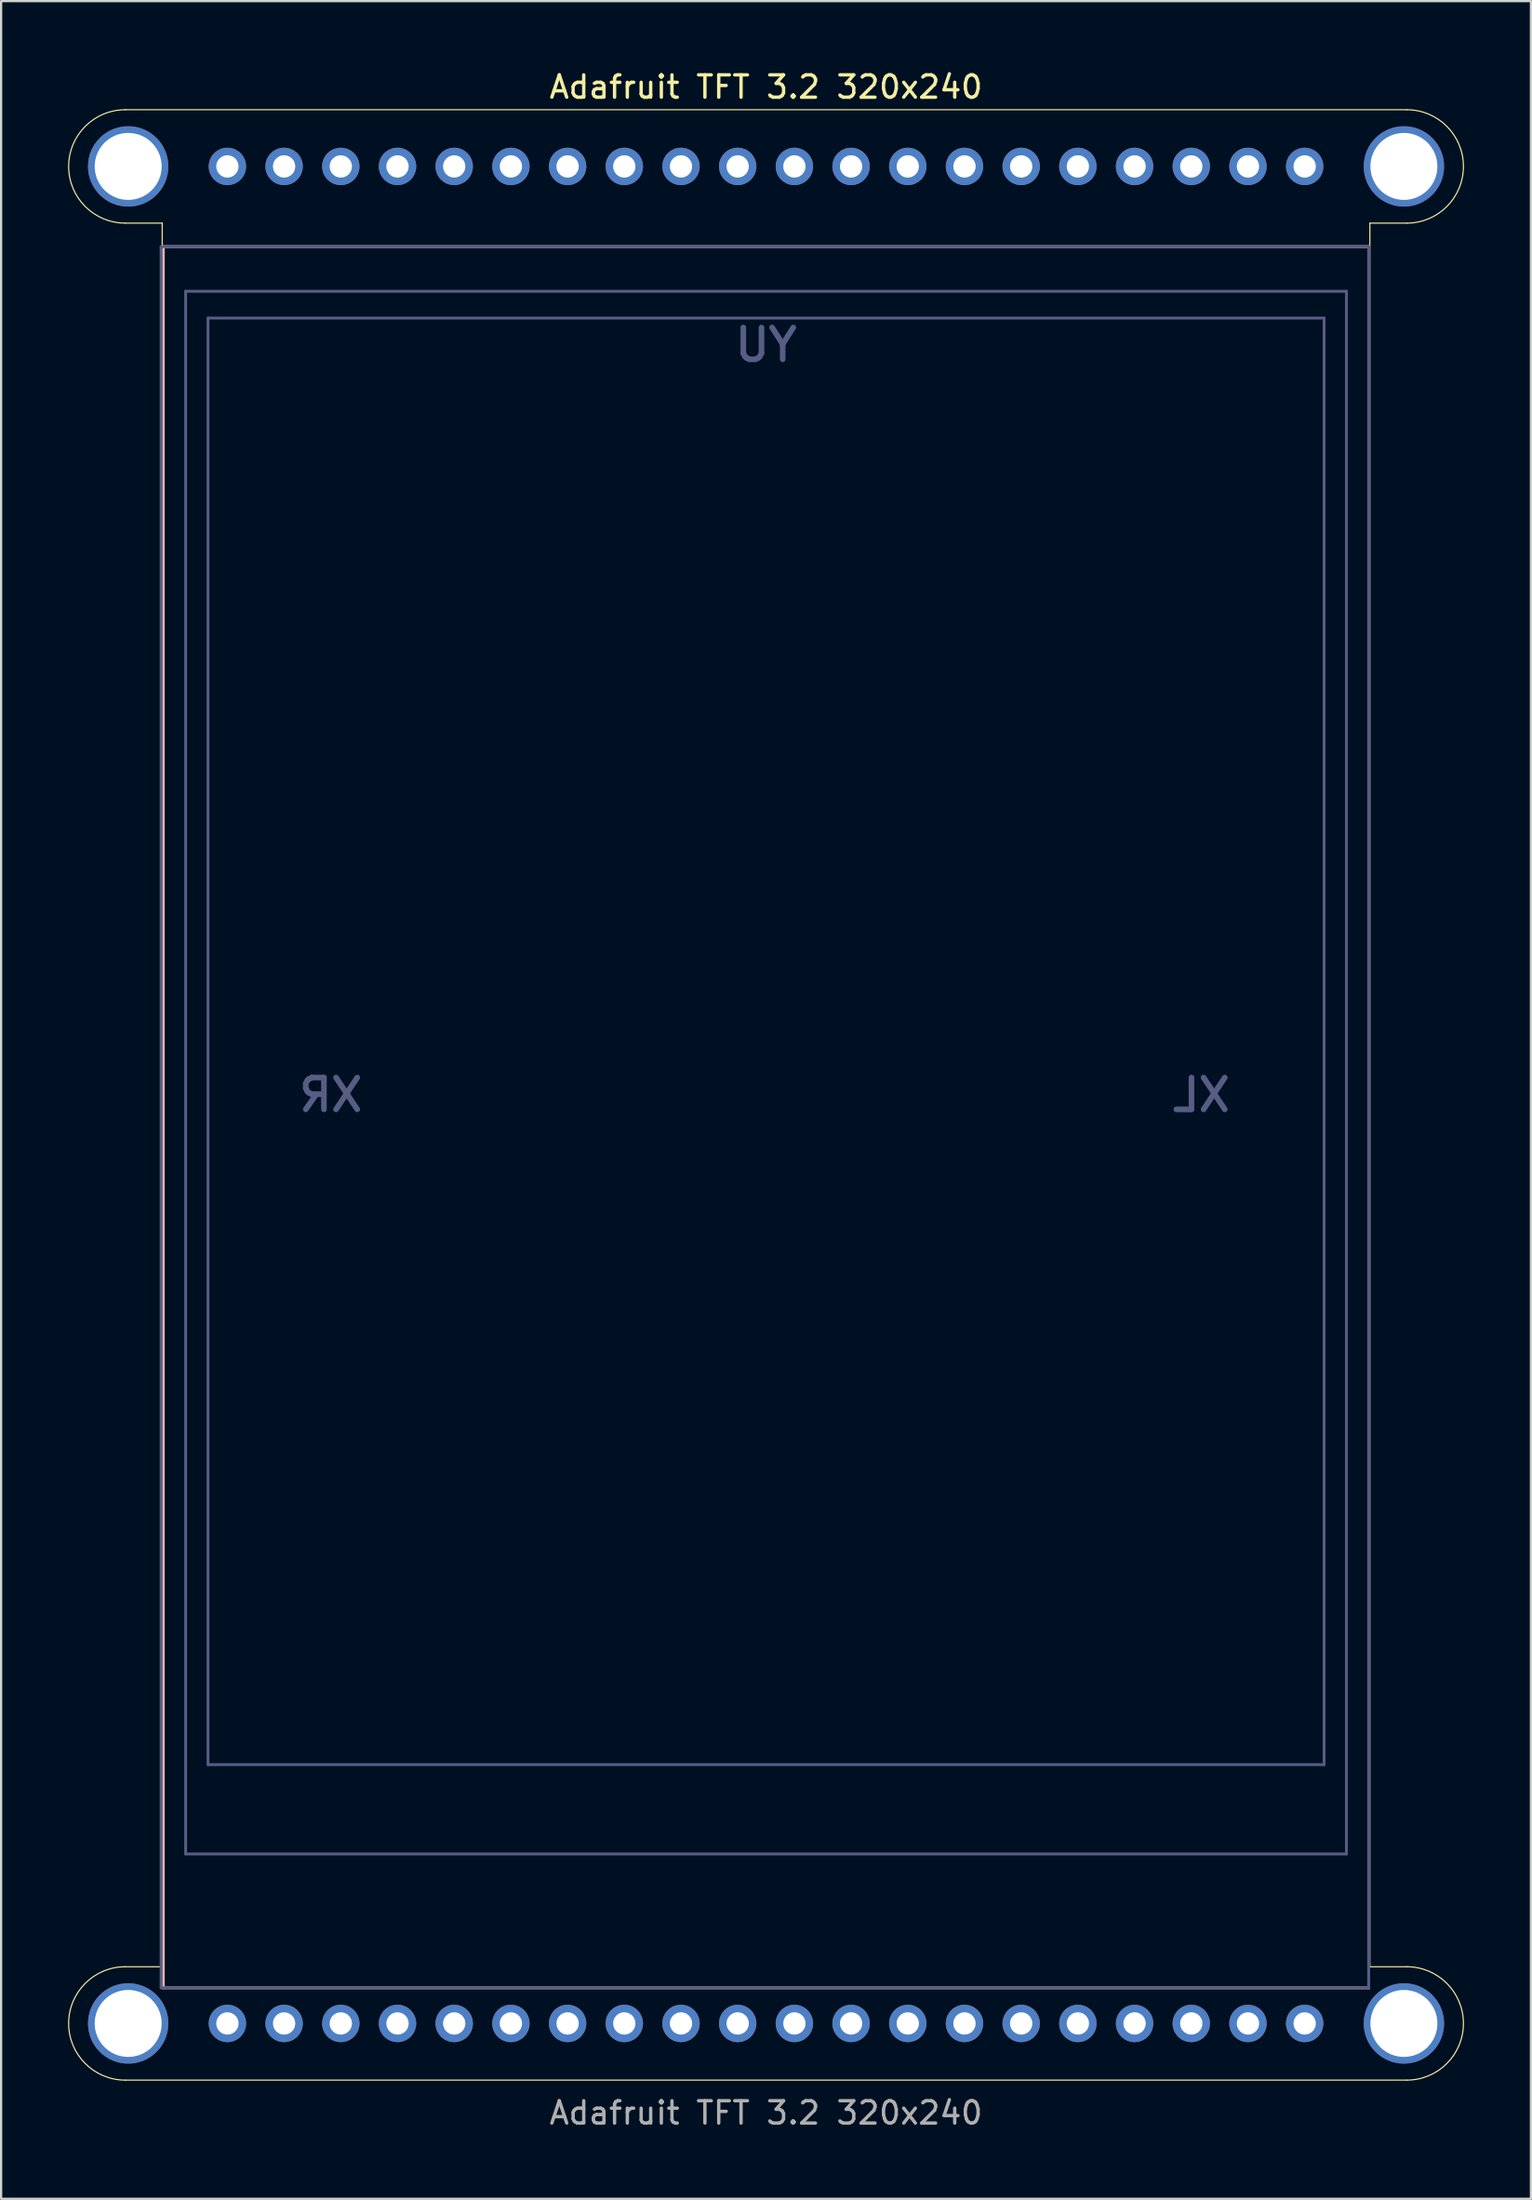
<source format=kicad_pcb>
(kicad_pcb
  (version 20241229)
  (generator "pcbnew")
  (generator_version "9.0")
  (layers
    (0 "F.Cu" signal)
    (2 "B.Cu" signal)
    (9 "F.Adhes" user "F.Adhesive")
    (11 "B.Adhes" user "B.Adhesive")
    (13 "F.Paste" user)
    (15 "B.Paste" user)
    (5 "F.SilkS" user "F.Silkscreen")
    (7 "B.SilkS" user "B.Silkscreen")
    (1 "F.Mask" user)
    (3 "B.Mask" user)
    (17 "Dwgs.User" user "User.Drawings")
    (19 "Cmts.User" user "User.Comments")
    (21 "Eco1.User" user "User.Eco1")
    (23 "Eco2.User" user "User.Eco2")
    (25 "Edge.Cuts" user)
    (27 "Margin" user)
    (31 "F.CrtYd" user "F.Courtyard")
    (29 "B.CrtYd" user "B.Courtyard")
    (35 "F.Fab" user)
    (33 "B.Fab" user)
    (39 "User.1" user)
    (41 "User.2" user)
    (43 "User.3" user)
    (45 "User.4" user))
  (footprint "Adafruit TFT 3.2 320x240"
    (layer "F.Cu")
    (at 31.267 45.998)
    (property "Reference" "Adafruit TFT 3.2 320x240" (at 0 -45.15 0) (unlocked yes) (layer "F.SilkS") (effects (font (size 1 1) (thickness 0.15))))
    (attr through_hole)
    (fp_line (start -28.702 -44.133) (end 28.702 -44.133) (stroke (width 0.05) (type solid)) (layer "F.SilkS"))
    (fp_line (start -28.702 39.053) (end -27.051 39.053) (stroke (width 0.05) (type solid)) (layer "F.SilkS"))
    (fp_line (start -27.051 -39.053) (end -28.702 -39.053) (stroke (width 0.05) (type solid)) (layer "F.SilkS"))
    (fp_line (start -27.051 -39.053) (end -27.051 39.053) (stroke (width 0.05) (type solid)) (layer "F.SilkS"))
    (fp_line (start 27.051 -39.053) (end 27.051 39.053) (stroke (width 0.05) (type solid)) (layer "F.SilkS"))
    (fp_line (start 27.051 39.053) (end 28.702 39.053) (stroke (width 0.05) (type solid)) (layer "F.SilkS"))
    (fp_line (start 28.702 -39.053) (end 27.051 -39.053) (stroke (width 0.05) (type solid)) (layer "F.SilkS"))
    (fp_line (start 28.702 44.133) (end -28.702 44.133) (stroke (width 0.05) (type solid)) (layer "F.SilkS"))
    (fp_arc (start -28.702 -39.0525) (mid -31.242 -41.5925) (end -28.702 -44.1325) (stroke (width 0.05) (type solid)) (layer "F.SilkS"))
    (fp_arc (start -28.702 44.1325) (mid -31.242 41.5925) (end -28.702 39.0525) (stroke (width 0.05) (type solid)) (layer "F.SilkS"))
    (fp_arc (start 28.702 -44.1325) (mid 31.242 -41.5925) (end 28.702 -39.0525) (stroke (width 0.05) (type solid)) (layer "F.SilkS"))
    (fp_arc (start 28.702 39.0525) (mid 31.242 41.5925) (end 28.702 44.1325) (stroke (width 0.05) (type solid)) (layer "F.SilkS"))
    (fp_line (start -27 -38) (end -27 40) (stroke (width 0.127) (type solid)) (layer "B.SilkS"))
    (fp_line (start -27 40) (end 27 40) (stroke (width 0.127) (type solid)) (layer "B.SilkS"))
    (fp_line (start 27 -38) (end -27 -38) (stroke (width 0.127) (type solid)) (layer "B.SilkS"))
    (fp_line (start 27 40) (end 27 -38) (stroke (width 0.127) (type solid)) (layer "B.SilkS"))
    (fp_line (start -27.1 -38) (end -27.1 40) (stroke (width 0.127) (type solid)) (layer "B.Fab"))
    (fp_line (start -27.1 40) (end 27 40) (stroke (width 0.127) (type solid)) (layer "B.Fab"))
    (fp_line (start -26 -36) (end -26 34) (stroke (width 0.127) (type solid)) (layer "B.Fab"))
    (fp_line (start -26 34) (end 26 34) (stroke (width 0.127) (type solid)) (layer "B.Fab"))
    (fp_line (start -25 -34.8) (end -25 30) (stroke (width 0.127) (type solid)) (layer "B.Fab"))
    (fp_line (start -25 30) (end 25 30) (stroke (width 0.127) (type solid)) (layer "B.Fab"))
    (fp_line (start 25 -34.8) (end -25 -34.8) (stroke (width 0.127) (type solid)) (layer "B.Fab"))
    (fp_line (start 25 30) (end 25 -34.8) (stroke (width 0.127) (type solid)) (layer "B.Fab"))
    (fp_line (start 26 -36) (end -26 -36) (stroke (width 0.127) (type solid)) (layer "B.Fab"))
    (fp_line (start 26 34) (end 26 -36) (stroke (width 0.127) (type solid)) (layer "B.Fab"))
    (fp_line (start 27 -38) (end -27.1 -38) (stroke (width 0.127) (type solid)) (layer "B.Fab"))
    (fp_line (start 27 40) (end 27 -38) (stroke (width 0.127) (type solid)) (layer "B.Fab"))
    (fp_text user "XL" (at 19.5 0 0) (layer "B.Fab") (effects (font (size 1.425 1.425) (thickness 0.251)) (justify mirror)))
    (fp_text user "XR" (at -19.5 0 0) (layer "B.Fab") (effects (font (size 1.425 1.425) (thickness 0.251)) (justify mirror)))
    (fp_text user "YU" (at 0 -33.6 0) (layer "B.Fab") (effects (font (size 1.425 1.425) (thickness 0.251)) (justify mirror)))
    (fp_text user "${REFERENCE}" (at 0 45.6 0) (unlocked yes) (layer "F.Fab") (effects (font (size 1 1) (thickness 0.15))))
    (pad "1" thru_hole circle (at 24.13 41.593 270) (size 1.676 1.676) (drill 1) (layers "*.Cu" "*.Mask"))
    (pad "2" thru_hole circle (at 21.59 41.593 270) (size 1.676 1.676) (drill 1) (layers "*.Cu" "*.Mask"))
    (pad "3" thru_hole circle (at 19.05 41.593 270) (size 1.676 1.676) (drill 1) (layers "*.Cu" "*.Mask"))
    (pad "4" thru_hole circle (at 16.51 41.593 270) (size 1.676 1.676) (drill 1) (layers "*.Cu" "*.Mask"))
    (pad "5" thru_hole circle (at 13.97 41.593 270) (size 1.676 1.676) (drill 1) (layers "*.Cu" "*.Mask"))
    (pad "6" thru_hole circle (at 11.43 41.593 270) (size 1.676 1.676) (drill 1) (layers "*.Cu" "*.Mask"))
    (pad "7" thru_hole circle (at 8.89 41.593 270) (size 1.676 1.676) (drill 1) (layers "*.Cu" "*.Mask"))
    (pad "8" thru_hole circle (at 6.35 41.593 270) (size 1.676 1.676) (drill 1) (layers "*.Cu" "*.Mask"))
    (pad "9" thru_hole circle (at 3.81 41.593 270) (size 1.676 1.676) (drill 1) (layers "*.Cu" "*.Mask"))
    (pad "10" thru_hole circle (at 1.27 41.593 270) (size 1.676 1.676) (drill 1) (layers "*.Cu" "*.Mask"))
    (pad "11" thru_hole circle (at -1.27 41.593 270) (size 1.676 1.676) (drill 1) (layers "*.Cu" "*.Mask"))
    (pad "12" thru_hole circle (at -3.81 41.593 270) (size 1.676 1.676) (drill 1) (layers "*.Cu" "*.Mask"))
    (pad "13" thru_hole circle (at -6.35 41.593 270) (size 1.676 1.676) (drill 1) (layers "*.Cu" "*.Mask"))
    (pad "14" thru_hole circle (at -8.89 41.593 270) (size 1.676 1.676) (drill 1) (layers "*.Cu" "*.Mask"))
    (pad "15" thru_hole circle (at -11.43 41.593 270) (size 1.676 1.676) (drill 1) (layers "*.Cu" "*.Mask"))
    (pad "16" thru_hole circle (at -13.97 41.593 270) (size 1.676 1.676) (drill 1) (layers "*.Cu" "*.Mask"))
    (pad "17" thru_hole circle (at -16.51 41.593 270) (size 1.676 1.676) (drill 1) (layers "*.Cu" "*.Mask"))
    (pad "18" thru_hole circle (at -19.05 41.593 270) (size 1.676 1.676) (drill 1) (layers "*.Cu" "*.Mask"))
    (pad "19" thru_hole circle (at -21.59 41.593 270) (size 1.676 1.676) (drill 1) (layers "*.Cu" "*.Mask"))
    (pad "20" thru_hole circle (at -24.13 41.593 270) (size 1.676 1.676) (drill 1) (layers "*.Cu" "*.Mask"))
    (pad "21" thru_hole circle (at 24.13 -41.593 270) (size 1.676 1.676) (drill 1) (layers "*.Cu" "*.Mask"))
    (pad "22" thru_hole circle (at 21.59 -41.593 270) (size 1.676 1.676) (drill 1) (layers "*.Cu" "*.Mask"))
    (pad "23" thru_hole circle (at 19.05 -41.593 270) (size 1.676 1.676) (drill 1) (layers "*.Cu" "*.Mask"))
    (pad "24" thru_hole circle (at 16.51 -41.593 270) (size 1.676 1.676) (drill 1) (layers "*.Cu" "*.Mask"))
    (pad "25" thru_hole circle (at 13.97 -41.593 270) (size 1.676 1.676) (drill 1) (layers "*.Cu" "*.Mask"))
    (pad "26" thru_hole circle (at 11.43 -41.593 270) (size 1.676 1.676) (drill 1) (layers "*.Cu" "*.Mask"))
    (pad "27" thru_hole circle (at 8.89 -41.593 270) (size 1.676 1.676) (drill 1) (layers "*.Cu" "*.Mask"))
    (pad "28" thru_hole circle (at 6.35 -41.593 270) (size 1.676 1.676) (drill 1) (layers "*.Cu" "*.Mask"))
    (pad "29" thru_hole circle (at 3.81 -41.593 270) (size 1.676 1.676) (drill 1) (layers "*.Cu" "*.Mask"))
    (pad "30" thru_hole circle (at 1.27 -41.593 270) (size 1.676 1.676) (drill 1) (layers "*.Cu" "*.Mask"))
    (pad "31" thru_hole circle (at -1.27 -41.593 270) (size 1.676 1.676) (drill 1) (layers "*.Cu" "*.Mask"))
    (pad "32" thru_hole circle (at -3.81 -41.593 270) (size 1.676 1.676) (drill 1) (layers "*.Cu" "*.Mask"))
    (pad "33" thru_hole circle (at -6.35 -41.593 270) (size 1.676 1.676) (drill 1) (layers "*.Cu" "*.Mask"))
    (pad "34" thru_hole circle (at -8.89 -41.593 270) (size 1.676 1.676) (drill 1) (layers "*.Cu" "*.Mask"))
    (pad "35" thru_hole circle (at -11.43 -41.593 270) (size 1.676 1.676) (drill 1) (layers "*.Cu" "*.Mask"))
    (pad "36" thru_hole circle (at -13.97 -41.593 270) (size 1.676 1.676) (drill 1) (layers "*.Cu" "*.Mask"))
    (pad "37" thru_hole circle (at -16.51 -41.593 270) (size 1.676 1.676) (drill 1) (layers "*.Cu" "*.Mask"))
    (pad "38" thru_hole circle (at -19.05 -41.593 270) (size 1.676 1.676) (drill 1) (layers "*.Cu" "*.Mask"))
    (pad "39" thru_hole circle (at -21.59 -41.593 270) (size 1.676 1.676) (drill 1) (layers "*.Cu" "*.Mask"))
    (pad "40" thru_hole circle (at -24.13 -41.593 270) (size 1.676 1.676) (drill 1) (layers "*.Cu" "*.Mask"))
    (pad "P$1" thru_hole circle (at -28.575 -41.593) (size 3.6 3.6) (drill 3) (layers "*.Cu" "*.Mask"))
    (pad "P$1" thru_hole circle (at -28.575 41.593) (size 3.6 3.6) (drill 3) (layers "*.Cu" "*.Mask"))
    (pad "P$1" thru_hole circle (at 28.575 -41.593) (size 3.6 3.6) (drill 3) (layers "*.Cu" "*.Mask"))
    (pad "P$1" thru_hole circle (at 28.575 41.593) (size 3.6 3.6) (drill 3) (layers "*.Cu" "*.Mask")))
  (gr_rect
    (start -3 -3)
    (end 65.534 95.447)
    (stroke (width 0.1) (type default))
    (fill no)
    (layer "Edge.Cuts")))
</source>
